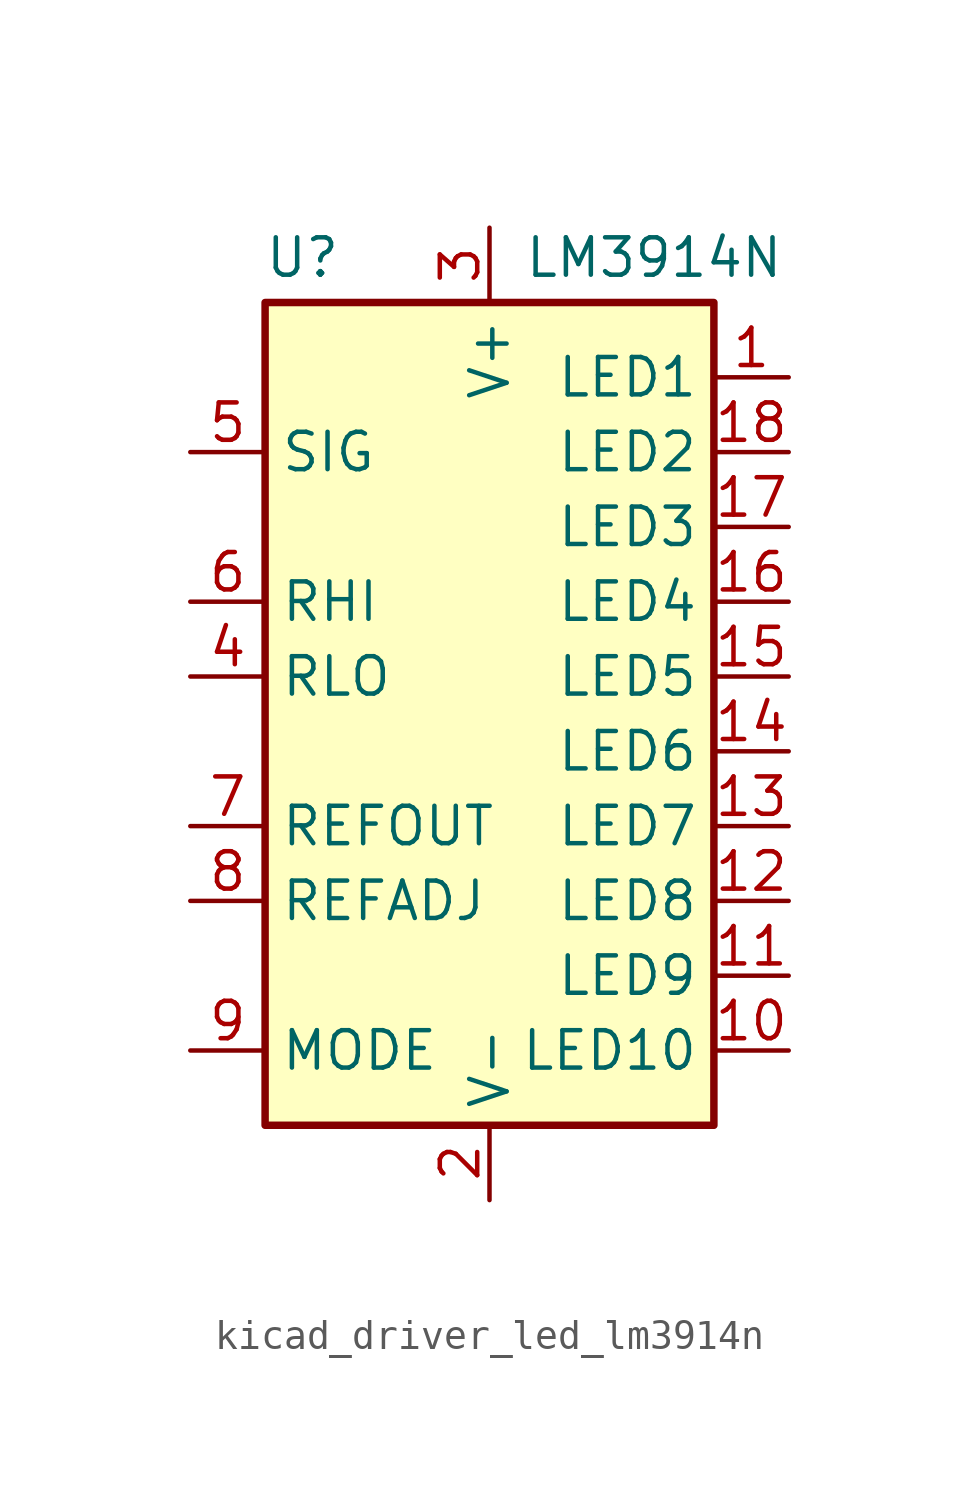
<source format=kicad_sym>
(kicad_symbol_lib
  (version 20220914)
  (generator kicad_symbol_editor)
  (symbol "kicad_driver_led_lm3914n"
    (property "Reference" "U"
      (at -6.35 14.224 0)
      (effects (font (size 1.27 1.27))))
    (property "Value" "LM3914N"
      (at 5.588 14.224 0)
      (effects (font (size 1.27 1.27))))
    (symbol "kicad_driver_led_lm3914n_0_1"
      (rectangle (start -7.62 12.7) (end 7.62 -15.24) (stroke (width 0.254) (type default)) (fill (type background))))
    (symbol "kicad_driver_led_lm3914n_1_1"
      (pin open_collector line (at 10.16 10.16 180) (length 2.54) (name "LED1" (effects (font (size 1.27 1.27)))) (number "1" (effects (font (size 1.27 1.27)))))
      (pin open_collector line (at 10.16 -12.7 180) (length 2.54) (name "LED10" (effects (font (size 1.27 1.27)))) (number "10" (effects (font (size 1.27 1.27)))))
      (pin open_collector line (at 10.16 -10.16 180) (length 2.54) (name "LED9" (effects (font (size 1.27 1.27)))) (number "11" (effects (font (size 1.27 1.27)))))
      (pin open_collector line (at 10.16 -7.62 180) (length 2.54) (name "LED8" (effects (font (size 1.27 1.27)))) (number "12" (effects (font (size 1.27 1.27)))))
      (pin open_collector line (at 10.16 -5.08 180) (length 2.54) (name "LED7" (effects (font (size 1.27 1.27)))) (number "13" (effects (font (size 1.27 1.27)))))
      (pin open_collector line (at 10.16 -2.54 180) (length 2.54) (name "LED6" (effects (font (size 1.27 1.27)))) (number "14" (effects (font (size 1.27 1.27)))))
      (pin open_collector line (at 10.16 0 180) (length 2.54) (name "LED5" (effects (font (size 1.27 1.27)))) (number "15" (effects (font (size 1.27 1.27)))))
      (pin open_collector line (at 10.16 2.54 180) (length 2.54) (name "LED4" (effects (font (size 1.27 1.27)))) (number "16" (effects (font (size 1.27 1.27)))))
      (pin open_collector line (at 10.16 5.08 180) (length 2.54) (name "LED3" (effects (font (size 1.27 1.27)))) (number "17" (effects (font (size 1.27 1.27)))))
      (pin open_collector line (at 10.16 7.62 180) (length 2.54) (name "LED2" (effects (font (size 1.27 1.27)))) (number "18" (effects (font (size 1.27 1.27)))))
      (pin power_in line (at 0 -17.78 90) (length 2.54) (name "V-" (effects (font (size 1.27 1.27)))) (number "2" (effects (font (size 1.27 1.27)))))
      (pin power_in line (at 0 15.24 270) (length 2.54) (name "V+" (effects (font (size 1.27 1.27)))) (number "3" (effects (font (size 1.27 1.27)))))
      (pin input line (at -10.16 0 0) (length 2.54) (name "RLO" (effects (font (size 1.27 1.27)))) (number "4" (effects (font (size 1.27 1.27)))))
      (pin input line (at -10.16 7.62 0) (length 2.54) (name "SIG" (effects (font (size 1.27 1.27)))) (number "5" (effects (font (size 1.27 1.27)))))
      (pin input line (at -10.16 2.54 0) (length 2.54) (name "RHI" (effects (font (size 1.27 1.27)))) (number "6" (effects (font (size 1.27 1.27)))))
      (pin output line (at -10.16 -5.08 0) (length 2.54) (name "REFOUT" (effects (font (size 1.27 1.27)))) (number "7" (effects (font (size 1.27 1.27)))))
      (pin input line (at -10.16 -7.62 0) (length 2.54) (name "REFADJ" (effects (font (size 1.27 1.27)))) (number "8" (effects (font (size 1.27 1.27)))))
      (pin input line (at -10.16 -12.7 0) (length 2.54) (name "MODE" (effects (font (size 1.27 1.27)))) (number "9" (effects (font (size 1.27 1.27))))))))
</source>
